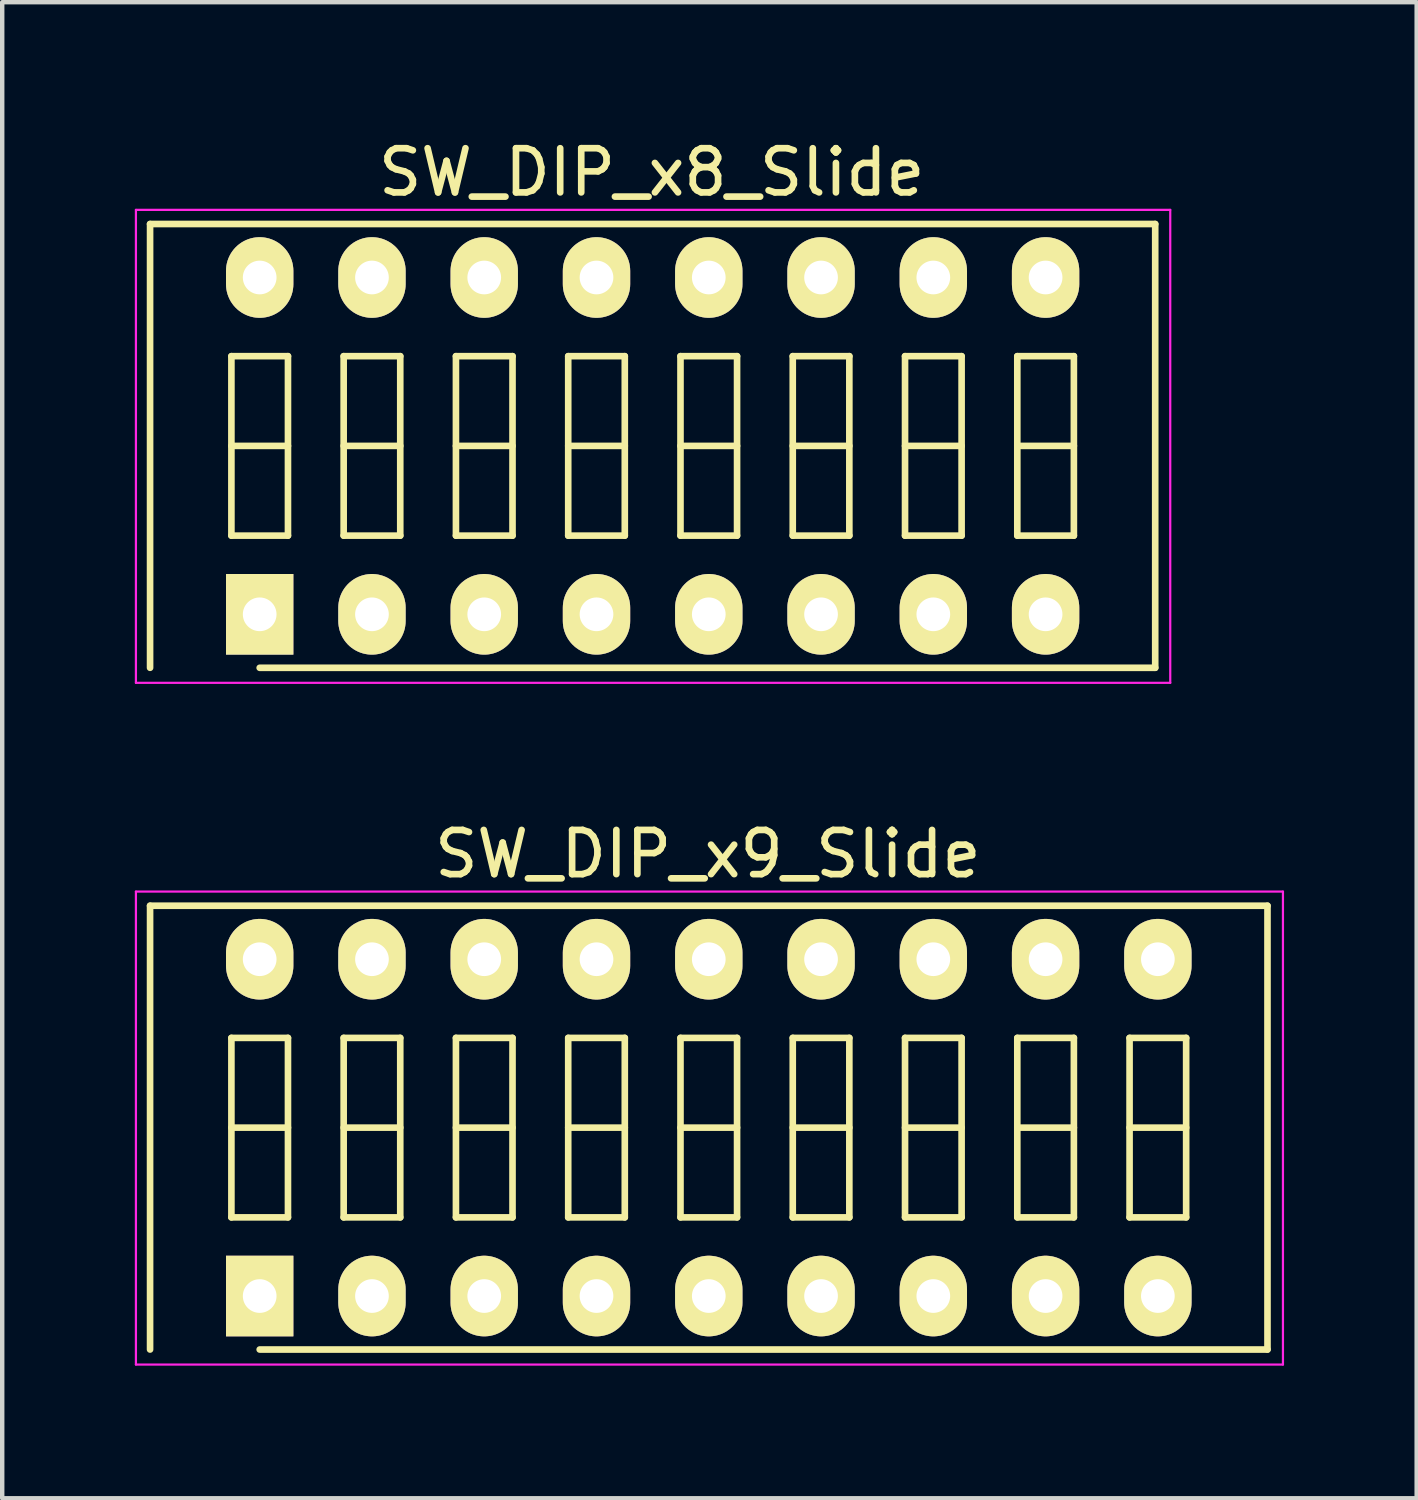
<source format=kicad_pcb>
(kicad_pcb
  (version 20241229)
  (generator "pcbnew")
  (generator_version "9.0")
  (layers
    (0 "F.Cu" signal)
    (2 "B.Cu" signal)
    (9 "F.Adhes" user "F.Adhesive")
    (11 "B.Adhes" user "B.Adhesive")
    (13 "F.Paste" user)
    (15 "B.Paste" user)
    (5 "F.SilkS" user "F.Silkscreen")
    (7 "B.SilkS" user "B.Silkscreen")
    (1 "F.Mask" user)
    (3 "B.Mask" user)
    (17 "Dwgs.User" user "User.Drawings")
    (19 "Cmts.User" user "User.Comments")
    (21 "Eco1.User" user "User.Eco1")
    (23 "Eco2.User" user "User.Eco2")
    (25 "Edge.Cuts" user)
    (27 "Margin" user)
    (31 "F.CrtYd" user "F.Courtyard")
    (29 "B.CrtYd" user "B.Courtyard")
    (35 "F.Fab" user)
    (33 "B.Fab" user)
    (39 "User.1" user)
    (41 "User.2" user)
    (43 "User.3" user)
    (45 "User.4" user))
  (footprint "SW_DIP_x9_Slide"
    (layer "F.Cu")
    (at 2.825 26.271)
    (property "Reference" "SW_DIP_x9_Slide" (at 10.14 -10 0) (layer "F.SilkS") (effects (font (size 1 1) (thickness 0.15))))
    (attr through_hole)
    (fp_line (start -2.48 -8.83) (end 22.8 -8.83) (stroke (width 0.15) (type solid)) (layer "F.SilkS"))
    (fp_line (start -2.48 1.21) (end -2.48 -8.83) (stroke (width 0.15) (type solid)) (layer "F.SilkS"))
    (fp_line (start -0.64 -5.84) (end -0.64 -1.78) (stroke (width 0.15) (type solid)) (layer "F.SilkS"))
    (fp_line (start -0.64 -3.81) (end 0.64 -3.81) (stroke (width 0.15) (type solid)) (layer "F.SilkS"))
    (fp_line (start -0.64 -1.78) (end 0.64 -1.78) (stroke (width 0.15) (type solid)) (layer "F.SilkS"))
    (fp_line (start 0.64 -5.84) (end -0.64 -5.84) (stroke (width 0.15) (type solid)) (layer "F.SilkS"))
    (fp_line (start 0.64 -1.78) (end 0.64 -5.84) (stroke (width 0.15) (type solid)) (layer "F.SilkS"))
    (fp_line (start 1.9 -5.84) (end 1.9 -1.78) (stroke (width 0.15) (type solid)) (layer "F.SilkS"))
    (fp_line (start 1.9 -3.81) (end 3.18 -3.81) (stroke (width 0.15) (type solid)) (layer "F.SilkS"))
    (fp_line (start 1.9 -1.78) (end 3.18 -1.78) (stroke (width 0.15) (type solid)) (layer "F.SilkS"))
    (fp_line (start 3.18 -5.84) (end 1.9 -5.84) (stroke (width 0.15) (type solid)) (layer "F.SilkS"))
    (fp_line (start 3.18 -1.78) (end 3.18 -5.84) (stroke (width 0.15) (type solid)) (layer "F.SilkS"))
    (fp_line (start 4.44 -5.84) (end 4.44 -1.78) (stroke (width 0.15) (type solid)) (layer "F.SilkS"))
    (fp_line (start 4.44 -3.81) (end 5.72 -3.81) (stroke (width 0.15) (type solid)) (layer "F.SilkS"))
    (fp_line (start 4.44 -1.78) (end 5.72 -1.78) (stroke (width 0.15) (type solid)) (layer "F.SilkS"))
    (fp_line (start 5.72 -5.84) (end 4.44 -5.84) (stroke (width 0.15) (type solid)) (layer "F.SilkS"))
    (fp_line (start 5.72 -1.78) (end 5.72 -5.84) (stroke (width 0.15) (type solid)) (layer "F.SilkS"))
    (fp_line (start 6.98 -5.84) (end 6.98 -1.78) (stroke (width 0.15) (type solid)) (layer "F.SilkS"))
    (fp_line (start 6.98 -3.81) (end 8.26 -3.81) (stroke (width 0.15) (type solid)) (layer "F.SilkS"))
    (fp_line (start 6.98 -1.78) (end 8.26 -1.78) (stroke (width 0.15) (type solid)) (layer "F.SilkS"))
    (fp_line (start 8.26 -5.84) (end 6.98 -5.84) (stroke (width 0.15) (type solid)) (layer "F.SilkS"))
    (fp_line (start 8.26 -1.78) (end 8.26 -5.84) (stroke (width 0.15) (type solid)) (layer "F.SilkS"))
    (fp_line (start 9.52 -5.84) (end 9.52 -1.78) (stroke (width 0.15) (type solid)) (layer "F.SilkS"))
    (fp_line (start 9.52 -3.81) (end 10.8 -3.81) (stroke (width 0.15) (type solid)) (layer "F.SilkS"))
    (fp_line (start 9.52 -1.78) (end 10.8 -1.78) (stroke (width 0.15) (type solid)) (layer "F.SilkS"))
    (fp_line (start 10.8 -5.84) (end 9.52 -5.84) (stroke (width 0.15) (type solid)) (layer "F.SilkS"))
    (fp_line (start 10.8 -1.78) (end 10.8 -5.84) (stroke (width 0.15) (type solid)) (layer "F.SilkS"))
    (fp_line (start 12.06 -5.84) (end 12.06 -1.78) (stroke (width 0.15) (type solid)) (layer "F.SilkS"))
    (fp_line (start 12.06 -3.81) (end 13.34 -3.81) (stroke (width 0.15) (type solid)) (layer "F.SilkS"))
    (fp_line (start 12.06 -1.78) (end 13.34 -1.78) (stroke (width 0.15) (type solid)) (layer "F.SilkS"))
    (fp_line (start 13.34 -5.84) (end 12.06 -5.84) (stroke (width 0.15) (type solid)) (layer "F.SilkS"))
    (fp_line (start 13.34 -1.78) (end 13.34 -5.84) (stroke (width 0.15) (type solid)) (layer "F.SilkS"))
    (fp_line (start 14.6 -5.84) (end 14.6 -1.78) (stroke (width 0.15) (type solid)) (layer "F.SilkS"))
    (fp_line (start 14.6 -3.81) (end 15.88 -3.81) (stroke (width 0.15) (type solid)) (layer "F.SilkS"))
    (fp_line (start 14.6 -1.78) (end 15.88 -1.78) (stroke (width 0.15) (type solid)) (layer "F.SilkS"))
    (fp_line (start 15.88 -5.84) (end 14.6 -5.84) (stroke (width 0.15) (type solid)) (layer "F.SilkS"))
    (fp_line (start 15.88 -1.78) (end 15.88 -5.84) (stroke (width 0.15) (type solid)) (layer "F.SilkS"))
    (fp_line (start 17.14 -5.84) (end 17.14 -1.78) (stroke (width 0.15) (type solid)) (layer "F.SilkS"))
    (fp_line (start 17.14 -3.81) (end 18.42 -3.81) (stroke (width 0.15) (type solid)) (layer "F.SilkS"))
    (fp_line (start 17.14 -1.78) (end 18.42 -1.78) (stroke (width 0.15) (type solid)) (layer "F.SilkS"))
    (fp_line (start 18.42 -5.84) (end 17.14 -5.84) (stroke (width 0.15) (type solid)) (layer "F.SilkS"))
    (fp_line (start 18.42 -1.78) (end 18.42 -5.84) (stroke (width 0.15) (type solid)) (layer "F.SilkS"))
    (fp_line (start 19.68 -5.84) (end 19.68 -1.78) (stroke (width 0.15) (type solid)) (layer "F.SilkS"))
    (fp_line (start 19.68 -3.81) (end 20.96 -3.81) (stroke (width 0.15) (type solid)) (layer "F.SilkS"))
    (fp_line (start 19.68 -1.78) (end 20.96 -1.78) (stroke (width 0.15) (type solid)) (layer "F.SilkS"))
    (fp_line (start 20.96 -5.84) (end 19.68 -5.84) (stroke (width 0.15) (type solid)) (layer "F.SilkS"))
    (fp_line (start 20.96 -1.78) (end 20.96 -5.84) (stroke (width 0.15) (type solid)) (layer "F.SilkS"))
    (fp_line (start 22.8 -8.83) (end 22.8 1.21) (stroke (width 0.15) (type solid)) (layer "F.SilkS"))
    (fp_line (start 22.8 1.21) (end 0 1.21) (stroke (width 0.15) (type solid)) (layer "F.SilkS"))
    (fp_line (start -2.8 -9.15) (end -2.8 1.55) (stroke (width 0.05) (type solid)) (layer "F.CrtYd"))
    (fp_line (start -2.8 1.55) (end 23.15 1.55) (stroke (width 0.05) (type solid)) (layer "F.CrtYd"))
    (fp_line (start 23.15 -9.15) (end -2.8 -9.15) (stroke (width 0.05) (type solid)) (layer "F.CrtYd"))
    (fp_line (start 23.15 1.55) (end 23.15 -9.15) (stroke (width 0.05) (type solid)) (layer "F.CrtYd"))
    (pad "1" thru_hole rect (at 0 0) (size 1.524 1.824) (drill 0.762) (layers "*.Cu" "*.Mask" "F.SilkS"))
    (pad "2" thru_hole oval (at 2.54 0) (size 1.524 1.824) (drill 0.762) (layers "*.Cu" "*.Mask" "F.SilkS"))
    (pad "3" thru_hole oval (at 5.08 0) (size 1.524 1.824) (drill 0.762) (layers "*.Cu" "*.Mask" "F.SilkS"))
    (pad "4" thru_hole oval (at 7.62 0) (size 1.524 1.824) (drill 0.762) (layers "*.Cu" "*.Mask" "F.SilkS"))
    (pad "5" thru_hole oval (at 10.16 0) (size 1.524 1.824) (drill 0.762) (layers "*.Cu" "*.Mask" "F.SilkS"))
    (pad "6" thru_hole oval (at 12.7 0) (size 1.524 1.824) (drill 0.762) (layers "*.Cu" "*.Mask" "F.SilkS"))
    (pad "7" thru_hole oval (at 15.24 0) (size 1.524 1.824) (drill 0.762) (layers "*.Cu" "*.Mask" "F.SilkS"))
    (pad "8" thru_hole oval (at 17.78 0) (size 1.524 1.824) (drill 0.762) (layers "*.Cu" "*.Mask" "F.SilkS"))
    (pad "9" thru_hole oval (at 20.32 0) (size 1.524 1.824) (drill 0.762) (layers "*.Cu" "*.Mask" "F.SilkS"))
    (pad "10" thru_hole oval (at 20.32 -7.62) (size 1.524 1.824) (drill 0.762) (layers "*.Cu" "*.Mask" "F.SilkS"))
    (pad "11" thru_hole oval (at 17.78 -7.62) (size 1.524 1.824) (drill 0.762) (layers "*.Cu" "*.Mask" "F.SilkS"))
    (pad "12" thru_hole oval (at 15.24 -7.62) (size 1.524 1.824) (drill 0.762) (layers "*.Cu" "*.Mask" "F.SilkS"))
    (pad "13" thru_hole oval (at 12.7 -7.62) (size 1.524 1.824) (drill 0.762) (layers "*.Cu" "*.Mask" "F.SilkS"))
    (pad "14" thru_hole oval (at 10.16 -7.62) (size 1.524 1.824) (drill 0.762) (layers "*.Cu" "*.Mask" "F.SilkS"))
    (pad "15" thru_hole oval (at 7.62 -7.62) (size 1.524 1.824) (drill 0.762) (layers "*.Cu" "*.Mask" "F.SilkS"))
    (pad "16" thru_hole oval (at 5.08 -7.62) (size 1.524 1.824) (drill 0.762) (layers "*.Cu" "*.Mask" "F.SilkS"))
    (pad "17" thru_hole oval (at 2.54 -7.62) (size 1.524 1.824) (drill 0.762) (layers "*.Cu" "*.Mask" "F.SilkS"))
    (pad "18" thru_hole oval (at 0 -7.62) (size 1.524 1.824) (drill 0.762) (layers "*.Cu" "*.Mask" "F.SilkS")))
  (footprint "SW_DIP_x8_Slide"
    (layer "F.Cu")
    (at 2.825 10.848)
    (property "Reference" "SW_DIP_x8_Slide" (at 8.87 -10 0) (layer "F.SilkS") (effects (font (size 1 1) (thickness 0.15))))
    (attr through_hole)
    (fp_line (start -2.48 -8.83) (end 20.26 -8.83) (stroke (width 0.15) (type solid)) (layer "F.SilkS"))
    (fp_line (start -2.48 1.21) (end -2.48 -8.83) (stroke (width 0.15) (type solid)) (layer "F.SilkS"))
    (fp_line (start -0.64 -5.84) (end -0.64 -1.78) (stroke (width 0.15) (type solid)) (layer "F.SilkS"))
    (fp_line (start -0.64 -3.81) (end 0.64 -3.81) (stroke (width 0.15) (type solid)) (layer "F.SilkS"))
    (fp_line (start -0.64 -1.78) (end 0.64 -1.78) (stroke (width 0.15) (type solid)) (layer "F.SilkS"))
    (fp_line (start 0.64 -5.84) (end -0.64 -5.84) (stroke (width 0.15) (type solid)) (layer "F.SilkS"))
    (fp_line (start 0.64 -1.78) (end 0.64 -5.84) (stroke (width 0.15) (type solid)) (layer "F.SilkS"))
    (fp_line (start 1.9 -5.84) (end 1.9 -1.78) (stroke (width 0.15) (type solid)) (layer "F.SilkS"))
    (fp_line (start 1.9 -3.81) (end 3.18 -3.81) (stroke (width 0.15) (type solid)) (layer "F.SilkS"))
    (fp_line (start 1.9 -1.78) (end 3.18 -1.78) (stroke (width 0.15) (type solid)) (layer "F.SilkS"))
    (fp_line (start 3.18 -5.84) (end 1.9 -5.84) (stroke (width 0.15) (type solid)) (layer "F.SilkS"))
    (fp_line (start 3.18 -1.78) (end 3.18 -5.84) (stroke (width 0.15) (type solid)) (layer "F.SilkS"))
    (fp_line (start 4.44 -5.84) (end 4.44 -1.78) (stroke (width 0.15) (type solid)) (layer "F.SilkS"))
    (fp_line (start 4.44 -3.81) (end 5.72 -3.81) (stroke (width 0.15) (type solid)) (layer "F.SilkS"))
    (fp_line (start 4.44 -1.78) (end 5.72 -1.78) (stroke (width 0.15) (type solid)) (layer "F.SilkS"))
    (fp_line (start 5.72 -5.84) (end 4.44 -5.84) (stroke (width 0.15) (type solid)) (layer "F.SilkS"))
    (fp_line (start 5.72 -1.78) (end 5.72 -5.84) (stroke (width 0.15) (type solid)) (layer "F.SilkS"))
    (fp_line (start 6.98 -5.84) (end 6.98 -1.78) (stroke (width 0.15) (type solid)) (layer "F.SilkS"))
    (fp_line (start 6.98 -3.81) (end 8.26 -3.81) (stroke (width 0.15) (type solid)) (layer "F.SilkS"))
    (fp_line (start 6.98 -1.78) (end 8.26 -1.78) (stroke (width 0.15) (type solid)) (layer "F.SilkS"))
    (fp_line (start 8.26 -5.84) (end 6.98 -5.84) (stroke (width 0.15) (type solid)) (layer "F.SilkS"))
    (fp_line (start 8.26 -1.78) (end 8.26 -5.84) (stroke (width 0.15) (type solid)) (layer "F.SilkS"))
    (fp_line (start 9.52 -5.84) (end 9.52 -1.78) (stroke (width 0.15) (type solid)) (layer "F.SilkS"))
    (fp_line (start 9.52 -3.81) (end 10.8 -3.81) (stroke (width 0.15) (type solid)) (layer "F.SilkS"))
    (fp_line (start 9.52 -1.78) (end 10.8 -1.78) (stroke (width 0.15) (type solid)) (layer "F.SilkS"))
    (fp_line (start 10.8 -5.84) (end 9.52 -5.84) (stroke (width 0.15) (type solid)) (layer "F.SilkS"))
    (fp_line (start 10.8 -1.78) (end 10.8 -5.84) (stroke (width 0.15) (type solid)) (layer "F.SilkS"))
    (fp_line (start 12.06 -5.84) (end 12.06 -1.78) (stroke (width 0.15) (type solid)) (layer "F.SilkS"))
    (fp_line (start 12.06 -3.81) (end 13.34 -3.81) (stroke (width 0.15) (type solid)) (layer "F.SilkS"))
    (fp_line (start 12.06 -1.78) (end 13.34 -1.78) (stroke (width 0.15) (type solid)) (layer "F.SilkS"))
    (fp_line (start 13.34 -5.84) (end 12.06 -5.84) (stroke (width 0.15) (type solid)) (layer "F.SilkS"))
    (fp_line (start 13.34 -1.78) (end 13.34 -5.84) (stroke (width 0.15) (type solid)) (layer "F.SilkS"))
    (fp_line (start 14.6 -5.84) (end 14.6 -1.78) (stroke (width 0.15) (type solid)) (layer "F.SilkS"))
    (fp_line (start 14.6 -3.81) (end 15.88 -3.81) (stroke (width 0.15) (type solid)) (layer "F.SilkS"))
    (fp_line (start 14.6 -1.78) (end 15.88 -1.78) (stroke (width 0.15) (type solid)) (layer "F.SilkS"))
    (fp_line (start 15.88 -5.84) (end 14.6 -5.84) (stroke (width 0.15) (type solid)) (layer "F.SilkS"))
    (fp_line (start 15.88 -1.78) (end 15.88 -5.84) (stroke (width 0.15) (type solid)) (layer "F.SilkS"))
    (fp_line (start 17.14 -5.84) (end 17.14 -1.78) (stroke (width 0.15) (type solid)) (layer "F.SilkS"))
    (fp_line (start 17.14 -3.81) (end 18.42 -3.81) (stroke (width 0.15) (type solid)) (layer "F.SilkS"))
    (fp_line (start 17.14 -1.78) (end 18.42 -1.78) (stroke (width 0.15) (type solid)) (layer "F.SilkS"))
    (fp_line (start 18.42 -5.84) (end 17.14 -5.84) (stroke (width 0.15) (type solid)) (layer "F.SilkS"))
    (fp_line (start 18.42 -1.78) (end 18.42 -5.84) (stroke (width 0.15) (type solid)) (layer "F.SilkS"))
    (fp_line (start 20.26 -8.83) (end 20.26 1.21) (stroke (width 0.15) (type solid)) (layer "F.SilkS"))
    (fp_line (start 20.26 1.21) (end 0 1.21) (stroke (width 0.15) (type solid)) (layer "F.SilkS"))
    (fp_line (start -2.8 -9.15) (end -2.8 1.55) (stroke (width 0.05) (type solid)) (layer "F.CrtYd"))
    (fp_line (start -2.8 1.55) (end 20.6 1.55) (stroke (width 0.05) (type solid)) (layer "F.CrtYd"))
    (fp_line (start 20.6 -9.15) (end -2.8 -9.15) (stroke (width 0.05) (type solid)) (layer "F.CrtYd"))
    (fp_line (start 20.6 1.55) (end 20.6 -9.15) (stroke (width 0.05) (type solid)) (layer "F.CrtYd"))
    (pad "1" thru_hole rect (at 0 0) (size 1.524 1.824) (drill 0.762) (layers "*.Cu" "*.Mask" "F.SilkS"))
    (pad "2" thru_hole oval (at 2.54 0) (size 1.524 1.824) (drill 0.762) (layers "*.Cu" "*.Mask" "F.SilkS"))
    (pad "3" thru_hole oval (at 5.08 0) (size 1.524 1.824) (drill 0.762) (layers "*.Cu" "*.Mask" "F.SilkS"))
    (pad "4" thru_hole oval (at 7.62 0) (size 1.524 1.824) (drill 0.762) (layers "*.Cu" "*.Mask" "F.SilkS"))
    (pad "5" thru_hole oval (at 10.16 0) (size 1.524 1.824) (drill 0.762) (layers "*.Cu" "*.Mask" "F.SilkS"))
    (pad "6" thru_hole oval (at 12.7 0) (size 1.524 1.824) (drill 0.762) (layers "*.Cu" "*.Mask" "F.SilkS"))
    (pad "7" thru_hole oval (at 15.24 0) (size 1.524 1.824) (drill 0.762) (layers "*.Cu" "*.Mask" "F.SilkS"))
    (pad "8" thru_hole oval (at 17.78 0) (size 1.524 1.824) (drill 0.762) (layers "*.Cu" "*.Mask" "F.SilkS"))
    (pad "9" thru_hole oval (at 17.78 -7.62) (size 1.524 1.824) (drill 0.762) (layers "*.Cu" "*.Mask" "F.SilkS"))
    (pad "10" thru_hole oval (at 15.24 -7.62) (size 1.524 1.824) (drill 0.762) (layers "*.Cu" "*.Mask" "F.SilkS"))
    (pad "11" thru_hole oval (at 12.7 -7.62) (size 1.524 1.824) (drill 0.762) (layers "*.Cu" "*.Mask" "F.SilkS"))
    (pad "12" thru_hole oval (at 10.16 -7.62) (size 1.524 1.824) (drill 0.762) (layers "*.Cu" "*.Mask" "F.SilkS"))
    (pad "13" thru_hole oval (at 7.62 -7.62) (size 1.524 1.824) (drill 0.762) (layers "*.Cu" "*.Mask" "F.SilkS"))
    (pad "14" thru_hole oval (at 5.08 -7.62) (size 1.524 1.824) (drill 0.762) (layers "*.Cu" "*.Mask" "F.SilkS"))
    (pad "15" thru_hole oval (at 2.54 -7.62) (size 1.524 1.824) (drill 0.762) (layers "*.Cu" "*.Mask" "F.SilkS"))
    (pad "16" thru_hole oval (at 0 -7.62) (size 1.524 1.824) (drill 0.762) (layers "*.Cu" "*.Mask" "F.SilkS")))
  (gr_rect
    (start -3 -3)
    (end 29 30.846)
    (stroke (width 0.1) (type default))
    (fill no)
    (layer "Edge.Cuts")))
</source>
